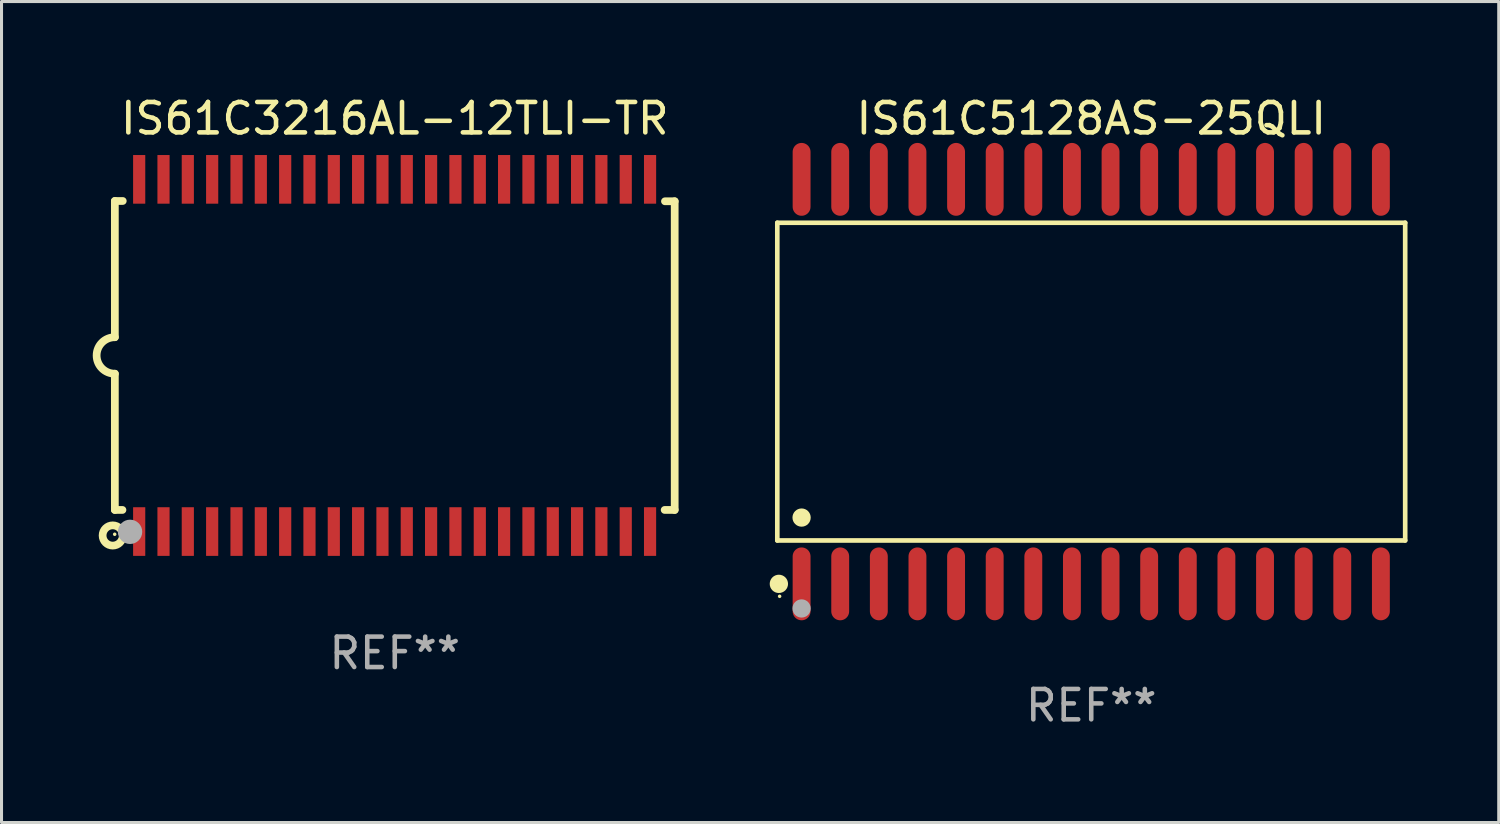
<source format=kicad_pcb>
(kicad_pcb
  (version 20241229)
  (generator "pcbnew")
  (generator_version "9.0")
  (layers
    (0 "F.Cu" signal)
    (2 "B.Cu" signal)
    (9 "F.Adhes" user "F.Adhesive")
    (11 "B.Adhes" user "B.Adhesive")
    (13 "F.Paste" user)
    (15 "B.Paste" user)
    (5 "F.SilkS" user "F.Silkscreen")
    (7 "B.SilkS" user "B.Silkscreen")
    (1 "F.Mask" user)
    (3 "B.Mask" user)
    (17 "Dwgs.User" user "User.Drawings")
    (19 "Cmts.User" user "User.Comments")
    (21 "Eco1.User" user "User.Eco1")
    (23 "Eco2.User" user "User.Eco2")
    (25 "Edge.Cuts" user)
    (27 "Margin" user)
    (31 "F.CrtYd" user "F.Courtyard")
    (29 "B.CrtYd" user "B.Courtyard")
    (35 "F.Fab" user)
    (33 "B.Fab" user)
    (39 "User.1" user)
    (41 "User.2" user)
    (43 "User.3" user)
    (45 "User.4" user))
  (footprint "IS61C5128AS-25QLI"
    (layer "F.Cu")
    (at 32.835 9.499)
    (property "Reference" "IS61C5128AS-25QLI" (at 0 -8.651 0) (layer "F.SilkS") (effects (font (size 1 1) (thickness 0.15))))
    (attr through_hole)
    (fp_line (start -10.324 -5.224) (end 10.324 -5.224) (stroke (width 0.152) (type solid)) (layer "F.SilkS"))
    (fp_line (start -10.324 5.224) (end -10.324 -5.224) (stroke (width 0.152) (type solid)) (layer "F.SilkS"))
    (fp_line (start 10.324 -5.224) (end 10.324 5.224) (stroke (width 0.152) (type solid)) (layer "F.SilkS"))
    (fp_line (start 10.324 5.224) (end -10.324 5.224) (stroke (width 0.152) (type solid)) (layer "F.SilkS"))
    (fp_circle (center -10.272 6.651) (end -10.121 6.651) (stroke (width 0.3) (type solid)) (fill no) (layer "F.SilkS"))
    (fp_circle (center -10.247 7.06) (end -10.217 7.06) (stroke (width 0.06) (type solid)) (fill no) (layer "F.SilkS"))
    (fp_circle (center -9.525 4.471) (end -9.375 4.471) (stroke (width 0.3) (type solid)) (fill no) (layer "F.SilkS"))
    (fp_circle (center -9.525 7.46) (end -9.375 7.46) (stroke (width 0.3) (type solid)) (fill no) (layer "F.Fab"))
    (fp_text user "REF**" (at 0 10.651 0) (layer "F.Fab") (effects (font (size 1 1) (thickness 0.15))))
    (pad "1" smd oval (at -9.525 6.651) (size 0.588 2.396) (layers "F.Cu" "F.Mask" "F.Paste"))
    (pad "2" smd oval (at -8.255 6.651) (size 0.588 2.396) (layers "F.Cu" "F.Mask" "F.Paste"))
    (pad "3" smd oval (at -6.985 6.651) (size 0.588 2.396) (layers "F.Cu" "F.Mask" "F.Paste"))
    (pad "4" smd oval (at -5.715 6.651) (size 0.588 2.396) (layers "F.Cu" "F.Mask" "F.Paste"))
    (pad "5" smd oval (at -4.445 6.651) (size 0.588 2.396) (layers "F.Cu" "F.Mask" "F.Paste"))
    (pad "6" smd oval (at -3.175 6.651) (size 0.588 2.396) (layers "F.Cu" "F.Mask" "F.Paste"))
    (pad "7" smd oval (at -1.905 6.651) (size 0.588 2.396) (layers "F.Cu" "F.Mask" "F.Paste"))
    (pad "8" smd oval (at -0.635 6.651) (size 0.588 2.396) (layers "F.Cu" "F.Mask" "F.Paste"))
    (pad "9" smd oval (at 0.635 6.651) (size 0.588 2.396) (layers "F.Cu" "F.Mask" "F.Paste"))
    (pad "10" smd oval (at 1.905 6.651) (size 0.588 2.396) (layers "F.Cu" "F.Mask" "F.Paste"))
    (pad "11" smd oval (at 3.175 6.651) (size 0.588 2.396) (layers "F.Cu" "F.Mask" "F.Paste"))
    (pad "12" smd oval (at 4.445 6.651) (size 0.588 2.396) (layers "F.Cu" "F.Mask" "F.Paste"))
    (pad "13" smd oval (at 5.715 6.651) (size 0.588 2.396) (layers "F.Cu" "F.Mask" "F.Paste"))
    (pad "14" smd oval (at 6.985 6.651) (size 0.588 2.396) (layers "F.Cu" "F.Mask" "F.Paste"))
    (pad "15" smd oval (at 8.255 6.651) (size 0.588 2.396) (layers "F.Cu" "F.Mask" "F.Paste"))
    (pad "16" smd oval (at 9.525 6.651) (size 0.588 2.396) (layers "F.Cu" "F.Mask" "F.Paste"))
    (pad "17" smd oval (at 9.525 -6.651) (size 0.588 2.396) (layers "F.Cu" "F.Mask" "F.Paste"))
    (pad "18" smd oval (at 8.255 -6.651) (size 0.588 2.396) (layers "F.Cu" "F.Mask" "F.Paste"))
    (pad "19" smd oval (at 6.985 -6.651) (size 0.588 2.396) (layers "F.Cu" "F.Mask" "F.Paste"))
    (pad "20" smd oval (at 5.715 -6.651) (size 0.588 2.396) (layers "F.Cu" "F.Mask" "F.Paste"))
    (pad "21" smd oval (at 4.445 -6.651) (size 0.588 2.396) (layers "F.Cu" "F.Mask" "F.Paste"))
    (pad "22" smd oval (at 3.175 -6.651) (size 0.588 2.396) (layers "F.Cu" "F.Mask" "F.Paste"))
    (pad "23" smd oval (at 1.905 -6.651) (size 0.588 2.396) (layers "F.Cu" "F.Mask" "F.Paste"))
    (pad "24" smd oval (at 0.635 -6.651) (size 0.588 2.396) (layers "F.Cu" "F.Mask" "F.Paste"))
    (pad "25" smd oval (at -0.635 -6.651) (size 0.588 2.396) (layers "F.Cu" "F.Mask" "F.Paste"))
    (pad "26" smd oval (at -1.905 -6.651) (size 0.588 2.396) (layers "F.Cu" "F.Mask" "F.Paste"))
    (pad "27" smd oval (at -3.175 -6.651) (size 0.588 2.396) (layers "F.Cu" "F.Mask" "F.Paste"))
    (pad "28" smd oval (at -4.445 -6.651) (size 0.588 2.396) (layers "F.Cu" "F.Mask" "F.Paste"))
    (pad "29" smd oval (at -5.715 -6.651) (size 0.588 2.396) (layers "F.Cu" "F.Mask" "F.Paste"))
    (pad "30" smd oval (at -6.985 -6.651) (size 0.588 2.396) (layers "F.Cu" "F.Mask" "F.Paste"))
    (pad "31" smd oval (at -8.255 -6.651) (size 0.588 2.396) (layers "F.Cu" "F.Mask" "F.Paste"))
    (pad "32" smd oval (at -9.525 -6.651) (size 0.588 2.396) (layers "F.Cu" "F.Mask" "F.Paste")))
  (footprint "IS61C3216AL-12TLI-TR"
    (layer "F.Cu")
    (at 9.932 8.639)
    (property "Reference" "IS61C3216AL-12TLI-TR" (at 0 -7.791 0) (layer "F.SilkS") (effects (font (size 1 1) (thickness 0.15))))
    (attr through_hole)
    (fp_line (start -9.205 -5.08) (end -9.205 -0.6) (stroke (width 0.254) (type solid)) (layer "F.SilkS"))
    (fp_line (start -9.205 5.08) (end -9.205 0.6) (stroke (width 0.254) (type solid)) (layer "F.SilkS"))
    (fp_line (start -8.955 5.08) (end -9.205 5.08) (stroke (width 0.254) (type solid)) (layer "F.SilkS"))
    (fp_line (start -8.945 -5.08) (end -9.205 -5.08) (stroke (width 0.254) (type solid)) (layer "F.SilkS"))
    (fp_line (start 8.885 -5.07) (end 9.205 -5.07) (stroke (width 0.254) (type solid)) (layer "F.SilkS"))
    (fp_line (start 9.205 -5.07) (end 9.205 5.08) (stroke (width 0.254) (type solid)) (layer "F.SilkS"))
    (fp_line (start 9.205 5.08) (end 8.875 5.08) (stroke (width 0.254) (type solid)) (layer "F.SilkS"))
    (fp_arc (start -9.204978 0.6) (mid -9.804623 0.000241) (end -9.204902 -0.599442) (stroke (width 0.254001) (type solid)) (layer "F.SilkS"))
    (fp_circle (center -9.275 5.92) (end -8.942 5.92) (stroke (width 0.254) (type solid)) (fill no) (layer "F.SilkS"))
    (fp_circle (center -9.21 5.88) (end -9.18 5.88) (stroke (width 0.06) (type solid)) (fill no) (layer "F.SilkS"))
    (fp_circle (center -8.705 5.8) (end -8.505 5.8) (stroke (width 0.4) (type solid)) (fill no) (layer "F.Fab"))
    (fp_text user "REF**" (at 0 9.791 0) (layer "F.Fab") (effects (font (size 1 1) (thickness 0.15))))
    (pad "1" smd rect (at -8.405 5.791) (size 0.4 1.6) (layers "F.Cu" "F.Mask" "F.Paste"))
    (pad "2" smd rect (at -7.605 5.791) (size 0.4 1.6) (layers "F.Cu" "F.Mask" "F.Paste"))
    (pad "3" smd rect (at -6.806 5.791) (size 0.4 1.6) (layers "F.Cu" "F.Mask" "F.Paste"))
    (pad "4" smd rect (at -6.005 5.791) (size 0.4 1.6) (layers "F.Cu" "F.Mask" "F.Paste"))
    (pad "5" smd rect (at -5.204 5.791) (size 0.4 1.6) (layers "F.Cu" "F.Mask" "F.Paste"))
    (pad "6" smd rect (at -4.405 5.791) (size 0.4 1.6) (layers "F.Cu" "F.Mask" "F.Paste"))
    (pad "7" smd rect (at -3.604 5.791) (size 0.4 1.6) (layers "F.Cu" "F.Mask" "F.Paste"))
    (pad "8" smd rect (at -2.805 5.791) (size 0.4 1.6) (layers "F.Cu" "F.Mask" "F.Paste"))
    (pad "9" smd rect (at -2.005 5.791) (size 0.4 1.6) (layers "F.Cu" "F.Mask" "F.Paste"))
    (pad "10" smd rect (at -1.206 5.791) (size 0.4 1.6) (layers "F.Cu" "F.Mask" "F.Paste"))
    (pad "11" smd rect (at -0.405 5.791) (size 0.4 1.6) (layers "F.Cu" "F.Mask" "F.Paste"))
    (pad "12" smd rect (at 0.395 5.791) (size 0.4 1.6) (layers "F.Cu" "F.Mask" "F.Paste"))
    (pad "13" smd rect (at 1.194 5.791) (size 0.4 1.6) (layers "F.Cu" "F.Mask" "F.Paste"))
    (pad "14" smd rect (at 1.995 5.791) (size 0.4 1.6) (layers "F.Cu" "F.Mask" "F.Paste"))
    (pad "15" smd rect (at 2.796 5.791) (size 0.4 1.6) (layers "F.Cu" "F.Mask" "F.Paste"))
    (pad "16" smd rect (at 3.595 5.791) (size 0.4 1.6) (layers "F.Cu" "F.Mask" "F.Paste"))
    (pad "17" smd rect (at 4.396 5.791) (size 0.4 1.6) (layers "F.Cu" "F.Mask" "F.Paste"))
    (pad "18" smd rect (at 5.196 5.791) (size 0.4 1.6) (layers "F.Cu" "F.Mask" "F.Paste"))
    (pad "19" smd rect (at 5.995 5.791) (size 0.4 1.6) (layers "F.Cu" "F.Mask" "F.Paste"))
    (pad "20" smd rect (at 6.794 5.791) (size 0.4 1.6) (layers "F.Cu" "F.Mask" "F.Paste"))
    (pad "21" smd rect (at 7.595 5.791) (size 0.4 1.6) (layers "F.Cu" "F.Mask" "F.Paste"))
    (pad "22" smd rect (at 8.395 5.791) (size 0.4 1.6) (layers "F.Cu" "F.Mask" "F.Paste"))
    (pad "23" smd rect (at 8.395 -5.791) (size 0.4 1.6) (layers "F.Cu" "F.Mask" "F.Paste"))
    (pad "24" smd rect (at 7.595 -5.791) (size 0.4 1.6) (layers "F.Cu" "F.Mask" "F.Paste"))
    (pad "25" smd rect (at 6.794 -5.791) (size 0.4 1.6) (layers "F.Cu" "F.Mask" "F.Paste"))
    (pad "26" smd rect (at 5.995 -5.791) (size 0.4 1.6) (layers "F.Cu" "F.Mask" "F.Paste"))
    (pad "27" smd rect (at 5.196 -5.791) (size 0.4 1.6) (layers "F.Cu" "F.Mask" "F.Paste"))
    (pad "28" smd rect (at 4.396 -5.791) (size 0.4 1.6) (layers "F.Cu" "F.Mask" "F.Paste"))
    (pad "29" smd rect (at 3.595 -5.791) (size 0.4 1.6) (layers "F.Cu" "F.Mask" "F.Paste"))
    (pad "30" smd rect (at 2.796 -5.791) (size 0.4 1.6) (layers "F.Cu" "F.Mask" "F.Paste"))
    (pad "31" smd rect (at 1.995 -5.791) (size 0.4 1.6) (layers "F.Cu" "F.Mask" "F.Paste"))
    (pad "32" smd rect (at 1.194 -5.791) (size 0.4 1.6) (layers "F.Cu" "F.Mask" "F.Paste"))
    (pad "33" smd rect (at 0.395 -5.791) (size 0.4 1.6) (layers "F.Cu" "F.Mask" "F.Paste"))
    (pad "34" smd rect (at -0.405 -5.791) (size 0.4 1.6) (layers "F.Cu" "F.Mask" "F.Paste"))
    (pad "35" smd rect (at -1.206 -5.791) (size 0.4 1.6) (layers "F.Cu" "F.Mask" "F.Paste"))
    (pad "36" smd rect (at -2.005 -5.791) (size 0.4 1.6) (layers "F.Cu" "F.Mask" "F.Paste"))
    (pad "37" smd rect (at -2.805 -5.791) (size 0.4 1.6) (layers "F.Cu" "F.Mask" "F.Paste"))
    (pad "38" smd rect (at -3.604 -5.791) (size 0.4 1.6) (layers "F.Cu" "F.Mask" "F.Paste"))
    (pad "39" smd rect (at -4.405 -5.791) (size 0.4 1.6) (layers "F.Cu" "F.Mask" "F.Paste"))
    (pad "40" smd rect (at -5.204 -5.791) (size 0.4 1.6) (layers "F.Cu" "F.Mask" "F.Paste"))
    (pad "41" smd rect (at -6.005 -5.791) (size 0.4 1.6) (layers "F.Cu" "F.Mask" "F.Paste"))
    (pad "42" smd rect (at -6.806 -5.791) (size 0.4 1.6) (layers "F.Cu" "F.Mask" "F.Paste"))
    (pad "43" smd rect (at -7.605 -5.791) (size 0.4 1.6) (layers "F.Cu" "F.Mask" "F.Paste"))
    (pad "44" smd rect (at -8.405 -5.791) (size 0.4 1.6) (layers "F.Cu" "F.Mask" "F.Paste")))
  (gr_rect
    (start -3 -3)
    (end 46.235 23.998)
    (stroke (width 0.1) (type default))
    (fill no)
    (layer "Edge.Cuts")))
</source>
